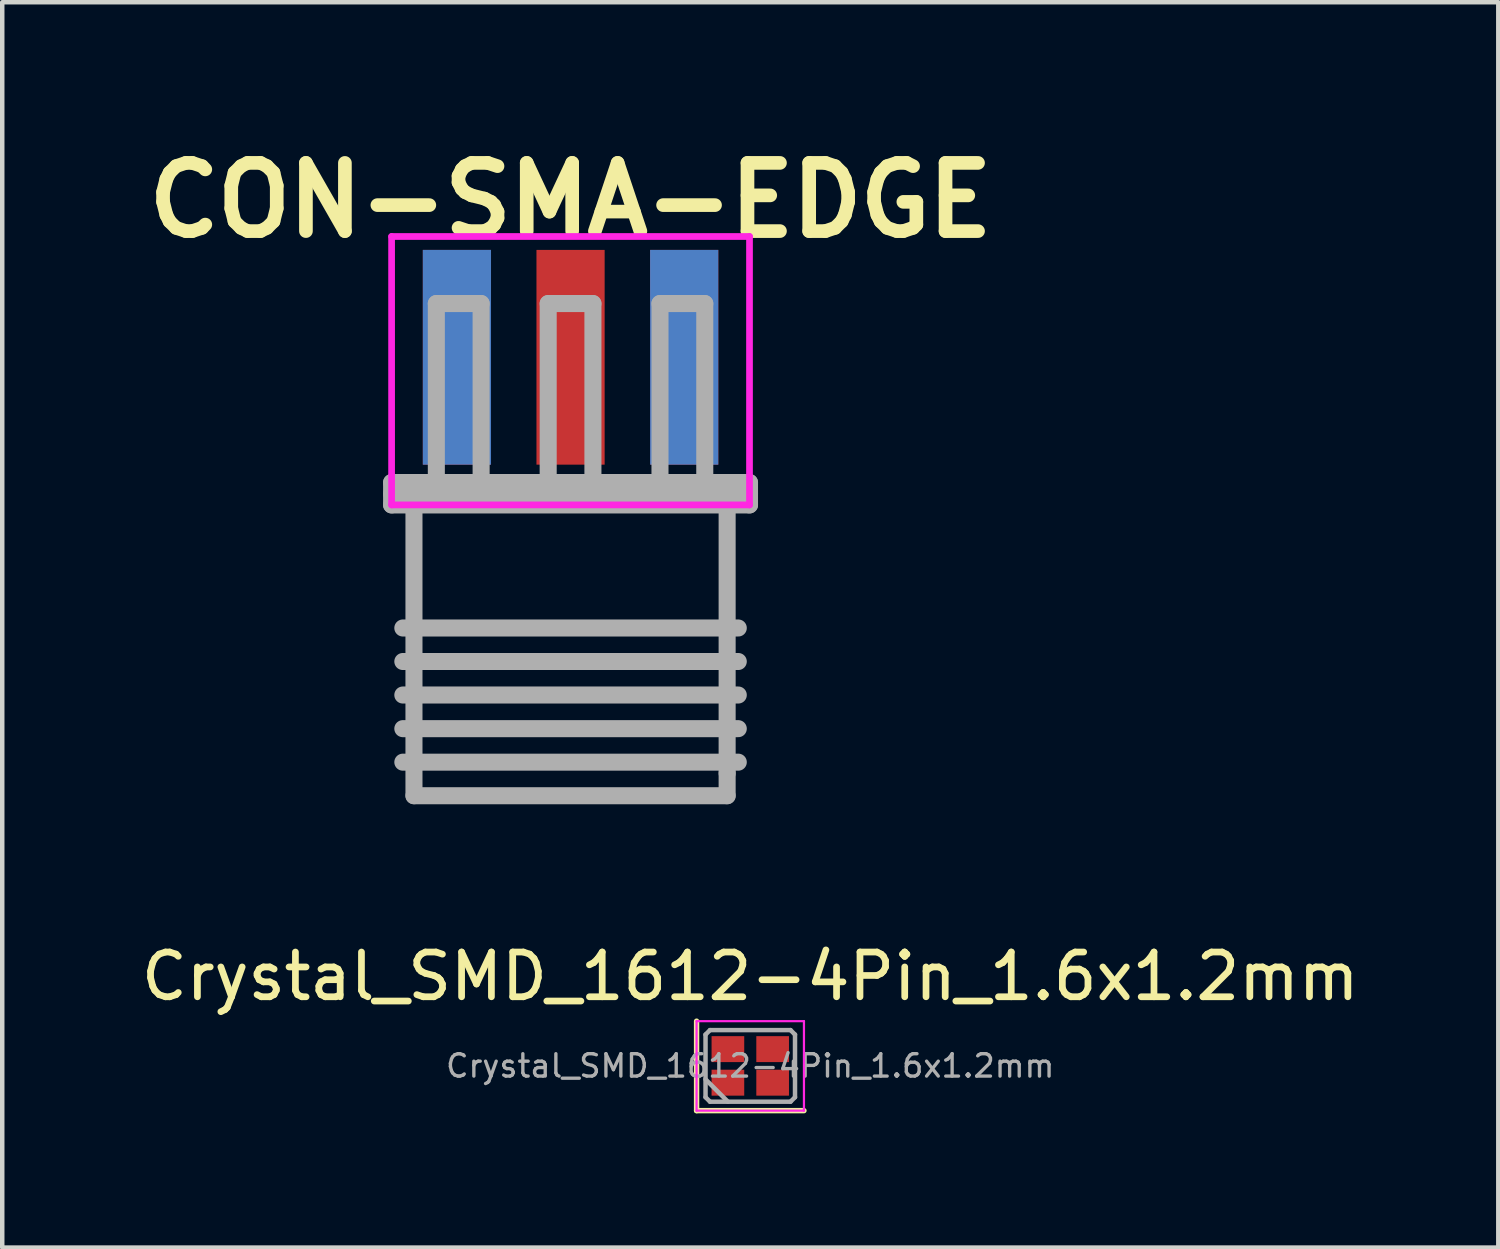
<source format=kicad_pcb>
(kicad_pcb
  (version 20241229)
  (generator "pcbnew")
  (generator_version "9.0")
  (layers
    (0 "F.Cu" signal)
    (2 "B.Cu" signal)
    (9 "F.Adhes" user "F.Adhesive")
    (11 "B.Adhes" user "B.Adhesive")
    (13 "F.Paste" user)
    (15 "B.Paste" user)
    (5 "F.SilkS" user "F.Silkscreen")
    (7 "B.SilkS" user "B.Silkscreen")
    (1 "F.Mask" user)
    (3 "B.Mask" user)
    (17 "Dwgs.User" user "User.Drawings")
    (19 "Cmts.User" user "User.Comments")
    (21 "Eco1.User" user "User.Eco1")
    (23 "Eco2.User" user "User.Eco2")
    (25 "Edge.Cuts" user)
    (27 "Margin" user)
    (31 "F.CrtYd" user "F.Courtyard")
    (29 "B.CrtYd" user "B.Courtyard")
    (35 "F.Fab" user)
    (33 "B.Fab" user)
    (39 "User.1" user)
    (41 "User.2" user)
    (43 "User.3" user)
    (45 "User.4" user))
  (footprint "CON-SMA-EDGE"
    (layer "F.Cu")
    (at 9.703 5.236)
    (property "Reference" "CON-SMA-EDGE" (at 0 -3.81 0) (layer "F.SilkS") (effects (font (size 1.524 1.524) (thickness 0.305))))
    (attr through_hole)
    (fp_line (start -4 -3) (end 4 -3) (stroke (width 0.15) (type solid)) (layer "F.CrtYd"))
    (fp_line (start -4 3) (end -4 -3) (stroke (width 0.15) (type solid)) (layer "F.CrtYd"))
    (fp_line (start 4 -3) (end 4 3) (stroke (width 0.15) (type solid)) (layer "F.CrtYd"))
    (fp_line (start 4 3) (end -4 3) (stroke (width 0.15) (type solid)) (layer "F.CrtYd"))
    (fp_line (start -4 2.499) (end 4 2.499) (stroke (width 0.381) (type solid)) (layer "F.Fab"))
    (fp_line (start -4 3) (end -4 2.499) (stroke (width 0.381) (type solid)) (layer "F.Fab"))
    (fp_line (start -4 3) (end 4 3) (stroke (width 0.381) (type solid)) (layer "F.Fab"))
    (fp_line (start -3.749 5.751) (end 3.749 5.751) (stroke (width 0.381) (type solid)) (layer "F.Fab"))
    (fp_line (start -3.749 8.001) (end 3.749 8.001) (stroke (width 0.381) (type solid)) (layer "F.Fab"))
    (fp_line (start -3.5 9.5) (end -3.5 2.499) (stroke (width 0.381) (type solid)) (layer "F.Fab"))
    (fp_line (start -3.5 9.5) (end 3.5 9.5) (stroke (width 0.381) (type solid)) (layer "F.Fab"))
    (fp_line (start -3 -1.501) (end -1.999 -1.501) (stroke (width 0.381) (type solid)) (layer "F.Fab"))
    (fp_line (start -3 2.499) (end -3 -1.501) (stroke (width 0.381) (type solid)) (layer "F.Fab"))
    (fp_line (start -1.999 -1.501) (end -1.999 2.499) (stroke (width 0.381) (type solid)) (layer "F.Fab"))
    (fp_line (start -0.5 -1.501) (end 0.5 -1.501) (stroke (width 0.381) (type solid)) (layer "F.Fab"))
    (fp_line (start -0.5 2.499) (end -0.5 -1.501) (stroke (width 0.381) (type solid)) (layer "F.Fab"))
    (fp_line (start 0.5 -1.501) (end 0.5 2.499) (stroke (width 0.381) (type solid)) (layer "F.Fab"))
    (fp_line (start 1.999 -1.501) (end 3 -1.501) (stroke (width 0.381) (type solid)) (layer "F.Fab"))
    (fp_line (start 1.999 2.499) (end 1.999 -1.501) (stroke (width 0.381) (type solid)) (layer "F.Fab"))
    (fp_line (start 3 -1.501) (end 3 2.499) (stroke (width 0.381) (type solid)) (layer "F.Fab"))
    (fp_line (start 3.5 2.499) (end 3.5 8.999) (stroke (width 0.381) (type solid)) (layer "F.Fab"))
    (fp_line (start 3.5 9.5) (end 3.5 8.999) (stroke (width 0.381) (type solid)) (layer "F.Fab"))
    (fp_line (start 3.749 6.5) (end -3.749 6.5) (stroke (width 0.381) (type solid)) (layer "F.Fab"))
    (fp_line (start 3.749 7.249) (end -3.749 7.249) (stroke (width 0.381) (type solid)) (layer "F.Fab"))
    (fp_line (start 3.749 8.75) (end -3.749 8.75) (stroke (width 0.381) (type solid)) (layer "F.Fab"))
    (fp_line (start 4 2.751) (end -4 2.751) (stroke (width 0.381) (type solid)) (layer "F.Fab"))
    (fp_line (start 4 3) (end 4 2.499) (stroke (width 0.381) (type solid)) (layer "F.Fab"))
    (pad "1" smd rect (at 0 -0.3) (size 1.524 4.8) (layers "F.Cu" "F.Mask" "F.Paste"))
    (pad "2" smd rect (at -2.54 -0.3) (size 1.524 4.8) (layers "F.Cu" "F.Mask" "F.Paste"))
    (pad "2" smd rect (at -2.54 -0.3) (size 1.524 4.8) (layers "B.Cu" "B.Mask" "B.Paste"))
    (pad "2" smd rect (at 2.54 -0.3) (size 1.524 4.8) (layers "F.Cu" "F.Mask" "F.Paste"))
    (pad "2" smd rect (at 2.54 -0.3) (size 1.524 4.8) (layers "B.Cu" "B.Mask" "B.Paste")))
  (footprint "Crystal_SMD_1612-4Pin_1.6x1.2mm"
    (layer "F.Cu")
    (at 13.72 20.775)
    (property "Reference" "Crystal_SMD_1612-4Pin_1.6x1.2mm" (at 0 -2 0) (layer "F.SilkS") (effects (font (size 1 1) (thickness 0.15))))
    (attr smd)
    (fp_line (start -1.2 -1) (end -1.2 1) (stroke (width 0.12) (type solid)) (layer "F.SilkS"))
    (fp_line (start -1.2 1) (end 1.2 1) (stroke (width 0.12) (type solid)) (layer "F.SilkS"))
    (fp_line (start -1.2 -1) (end -1.2 1) (stroke (width 0.05) (type solid)) (layer "F.CrtYd"))
    (fp_line (start -1.2 1) (end 1.2 1) (stroke (width 0.05) (type solid)) (layer "F.CrtYd"))
    (fp_line (start 1.2 -1) (end -1.2 -1) (stroke (width 0.05) (type solid)) (layer "F.CrtYd"))
    (fp_line (start 1.2 1) (end 1.2 -1) (stroke (width 0.05) (type solid)) (layer "F.CrtYd"))
    (fp_line (start -1 -0.7) (end -0.9 -0.8) (stroke (width 0.1) (type solid)) (layer "F.Fab"))
    (fp_line (start -1 0.3) (end -0.5 0.8) (stroke (width 0.1) (type solid)) (layer "F.Fab"))
    (fp_line (start -1 0.7) (end -1 -0.7) (stroke (width 0.1) (type solid)) (layer "F.Fab"))
    (fp_line (start -0.9 -0.8) (end 0.9 -0.8) (stroke (width 0.1) (type solid)) (layer "F.Fab"))
    (fp_line (start -0.9 0.8) (end -1 0.7) (stroke (width 0.1) (type solid)) (layer "F.Fab"))
    (fp_line (start 0.9 -0.8) (end 1 -0.7) (stroke (width 0.1) (type solid)) (layer "F.Fab"))
    (fp_line (start 0.9 0.8) (end -0.9 0.8) (stroke (width 0.1) (type solid)) (layer "F.Fab"))
    (fp_line (start 1 -0.7) (end 1 0.7) (stroke (width 0.1) (type solid)) (layer "F.Fab"))
    (fp_line (start 1 0.7) (end 0.9 0.8) (stroke (width 0.1) (type solid)) (layer "F.Fab"))
    (fp_text user "${REFERENCE}" (at 0 0 0) (layer "F.Fab") (effects (font (size 0.5 0.5) (thickness 0.075))))
    (pad "1" smd rect (at -0.5 0.375) (size 0.73 0.58) (layers "F.Cu" "F.Mask" "F.Paste"))
    (pad "2" smd rect (at 0.5 0.375) (size 0.73 0.58) (layers "F.Cu" "F.Mask" "F.Paste"))
    (pad "3" smd rect (at 0.5 -0.375) (size 0.73 0.58) (layers "F.Cu" "F.Mask" "F.Paste"))
    (pad "4" smd rect (at -0.5 -0.375) (size 0.73 0.58) (layers "F.Cu" "F.Mask" "F.Paste")))
  (gr_rect
    (start -3 -3)
    (end 30.44 24.835)
    (stroke (width 0.1) (type default))
    (fill no)
    (layer "Edge.Cuts")))
</source>
